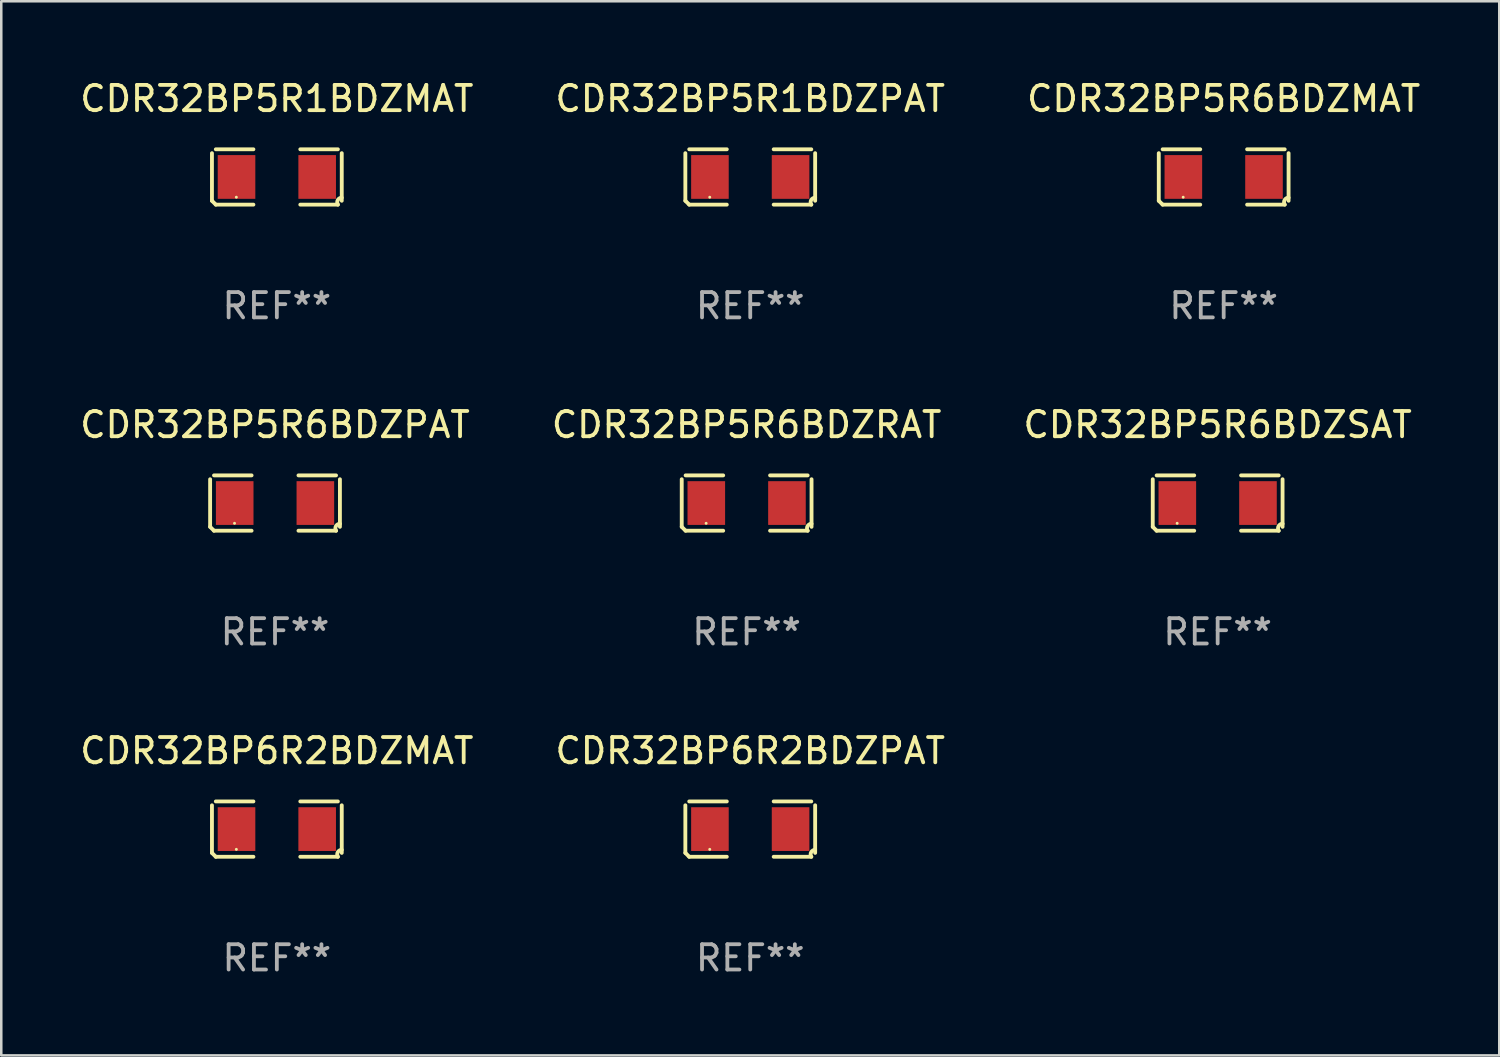
<source format=kicad_pcb>
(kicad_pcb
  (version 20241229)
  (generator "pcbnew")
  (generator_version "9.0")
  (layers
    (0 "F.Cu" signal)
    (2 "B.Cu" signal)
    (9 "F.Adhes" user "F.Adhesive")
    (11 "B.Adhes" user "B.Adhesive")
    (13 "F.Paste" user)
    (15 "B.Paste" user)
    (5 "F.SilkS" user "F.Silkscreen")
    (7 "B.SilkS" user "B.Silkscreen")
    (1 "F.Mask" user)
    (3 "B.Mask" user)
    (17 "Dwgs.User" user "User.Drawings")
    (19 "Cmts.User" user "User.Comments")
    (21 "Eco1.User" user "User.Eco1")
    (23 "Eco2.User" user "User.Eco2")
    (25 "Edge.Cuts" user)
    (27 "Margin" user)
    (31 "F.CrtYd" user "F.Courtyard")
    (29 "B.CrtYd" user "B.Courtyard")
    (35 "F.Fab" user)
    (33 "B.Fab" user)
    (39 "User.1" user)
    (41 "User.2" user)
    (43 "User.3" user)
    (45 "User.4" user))
  (footprint "CDR32BP5R6BDZPAT"
    (layer "F.Cu")
    (at 7.815 16.823)
    (property "Reference" "CDR32BP5R6BDZPAT" (at 0 -3.093 0) (layer "F.SilkS") (effects (font (size 1 1) (thickness 0.15))))
    (attr through_hole)
    (fp_line (start -2.564 0.94) (end -2.564 -0.94) (stroke (width 0.152) (type solid)) (layer "F.SilkS"))
    (fp_line (start -2.411 -1.093) (end -0.926 -1.093) (stroke (width 0.152) (type solid)) (layer "F.SilkS"))
    (fp_line (start -0.926 1.093) (end -2.411 1.093) (stroke (width 0.152) (type solid)) (layer "F.SilkS"))
    (fp_line (start 0.926 1.093) (end 2.411 1.093) (stroke (width 0.152) (type solid)) (layer "F.SilkS"))
    (fp_line (start 2.411 -1.093) (end 0.926 -1.093) (stroke (width 0.152) (type solid)) (layer "F.SilkS"))
    (fp_line (start 2.564 0.94) (end 2.564 -0.94) (stroke (width 0.152) (type solid)) (layer "F.SilkS"))
    (fp_arc (start -2.411201 1.092609) (mid -2.487413 1.01642) (end -2.563602 0.940208) (stroke (width 0.1524) (type solid)) (layer "F.SilkS"))
    (fp_arc (start 2.411201 1.092609) (mid 2.407159 0.911226) (end 2.563602 0.819347) (stroke (width 0.1524) (type solid)) (layer "F.SilkS"))
    (fp_circle (center -1.6 0.8) (end -1.57 0.8) (stroke (width 0.06) (type solid)) (fill no) (layer "F.SilkS"))
    (fp_text user "REF**" (at 0 5.093 0) (layer "F.Fab") (effects (font (size 1 1) (thickness 0.15))))
    (pad "1" smd rect (at -1.593 0) (size 1.485 1.728) (layers "F.Cu" "F.Mask" "F.Paste"))
    (pad "2" smd rect (at 1.593 0) (size 1.485 1.728) (layers "F.Cu" "F.Mask" "F.Paste")))
  (footprint "CDR32BP6R2BDZMAT"
    (layer "F.Cu")
    (at 7.887 29.704)
    (property "Reference" "CDR32BP6R2BDZMAT" (at 0 -3.093 0) (layer "F.SilkS") (effects (font (size 1 1) (thickness 0.15))))
    (attr through_hole)
    (fp_line (start -2.564 0.94) (end -2.564 -0.94) (stroke (width 0.152) (type solid)) (layer "F.SilkS"))
    (fp_line (start -2.411 -1.093) (end -0.926 -1.093) (stroke (width 0.152) (type solid)) (layer "F.SilkS"))
    (fp_line (start -0.926 1.093) (end -2.411 1.093) (stroke (width 0.152) (type solid)) (layer "F.SilkS"))
    (fp_line (start 0.926 1.093) (end 2.411 1.093) (stroke (width 0.152) (type solid)) (layer "F.SilkS"))
    (fp_line (start 2.411 -1.093) (end 0.926 -1.093) (stroke (width 0.152) (type solid)) (layer "F.SilkS"))
    (fp_line (start 2.564 0.94) (end 2.564 -0.94) (stroke (width 0.152) (type solid)) (layer "F.SilkS"))
    (fp_arc (start -2.411201 1.092609) (mid -2.487413 1.01642) (end -2.563602 0.940208) (stroke (width 0.1524) (type solid)) (layer "F.SilkS"))
    (fp_arc (start 2.411201 1.092609) (mid 2.407159 0.911226) (end 2.563602 0.819347) (stroke (width 0.1524) (type solid)) (layer "F.SilkS"))
    (fp_circle (center -1.6 0.8) (end -1.57 0.8) (stroke (width 0.06) (type solid)) (fill no) (layer "F.SilkS"))
    (fp_text user "REF**" (at 0 5.093 0) (layer "F.Fab") (effects (font (size 1 1) (thickness 0.15))))
    (pad "1" smd rect (at -1.593 0) (size 1.485 1.728) (layers "F.Cu" "F.Mask" "F.Paste"))
    (pad "2" smd rect (at 1.593 0) (size 1.485 1.728) (layers "F.Cu" "F.Mask" "F.Paste")))
  (footprint "CDR32BP5R1BDZMAT"
    (layer "F.Cu")
    (at 7.887 3.941)
    (property "Reference" "CDR32BP5R1BDZMAT" (at 0 -3.093 0) (layer "F.SilkS") (effects (font (size 1 1) (thickness 0.15))))
    (attr through_hole)
    (fp_line (start -2.564 0.94) (end -2.564 -0.94) (stroke (width 0.152) (type solid)) (layer "F.SilkS"))
    (fp_line (start -2.411 -1.093) (end -0.926 -1.093) (stroke (width 0.152) (type solid)) (layer "F.SilkS"))
    (fp_line (start -0.926 1.093) (end -2.411 1.093) (stroke (width 0.152) (type solid)) (layer "F.SilkS"))
    (fp_line (start 0.926 1.093) (end 2.411 1.093) (stroke (width 0.152) (type solid)) (layer "F.SilkS"))
    (fp_line (start 2.411 -1.093) (end 0.926 -1.093) (stroke (width 0.152) (type solid)) (layer "F.SilkS"))
    (fp_line (start 2.564 0.94) (end 2.564 -0.94) (stroke (width 0.152) (type solid)) (layer "F.SilkS"))
    (fp_arc (start -2.411201 1.092609) (mid -2.487413 1.01642) (end -2.563602 0.940208) (stroke (width 0.1524) (type solid)) (layer "F.SilkS"))
    (fp_arc (start 2.411201 1.092609) (mid 2.407159 0.911226) (end 2.563602 0.819347) (stroke (width 0.1524) (type solid)) (layer "F.SilkS"))
    (fp_circle (center -1.6 0.8) (end -1.57 0.8) (stroke (width 0.06) (type solid)) (fill no) (layer "F.SilkS"))
    (fp_text user "REF**" (at 0 5.093 0) (layer "F.Fab") (effects (font (size 1 1) (thickness 0.15))))
    (pad "1" smd rect (at -1.593 0) (size 1.485 1.728) (layers "F.Cu" "F.Mask" "F.Paste"))
    (pad "2" smd rect (at 1.593 0) (size 1.485 1.728) (layers "F.Cu" "F.Mask" "F.Paste")))
  (footprint "CDR32BP5R6BDZMAT"
    (layer "F.Cu")
    (at 45.292 3.941)
    (property "Reference" "CDR32BP5R6BDZMAT" (at 0 -3.093 0) (layer "F.SilkS") (effects (font (size 1 1) (thickness 0.15))))
    (attr through_hole)
    (fp_line (start -2.564 0.94) (end -2.564 -0.94) (stroke (width 0.152) (type solid)) (layer "F.SilkS"))
    (fp_line (start -2.411 -1.093) (end -0.926 -1.093) (stroke (width 0.152) (type solid)) (layer "F.SilkS"))
    (fp_line (start -0.926 1.093) (end -2.411 1.093) (stroke (width 0.152) (type solid)) (layer "F.SilkS"))
    (fp_line (start 0.926 1.093) (end 2.411 1.093) (stroke (width 0.152) (type solid)) (layer "F.SilkS"))
    (fp_line (start 2.411 -1.093) (end 0.926 -1.093) (stroke (width 0.152) (type solid)) (layer "F.SilkS"))
    (fp_line (start 2.564 0.94) (end 2.564 -0.94) (stroke (width 0.152) (type solid)) (layer "F.SilkS"))
    (fp_arc (start -2.411201 1.092609) (mid -2.487413 1.01642) (end -2.563602 0.940208) (stroke (width 0.1524) (type solid)) (layer "F.SilkS"))
    (fp_arc (start 2.411201 1.092609) (mid 2.407159 0.911226) (end 2.563602 0.819347) (stroke (width 0.1524) (type solid)) (layer "F.SilkS"))
    (fp_circle (center -1.6 0.8) (end -1.57 0.8) (stroke (width 0.06) (type solid)) (fill no) (layer "F.SilkS"))
    (fp_text user "REF**" (at 0 5.093 0) (layer "F.Fab") (effects (font (size 1 1) (thickness 0.15))))
    (pad "1" smd rect (at -1.593 0) (size 1.485 1.728) (layers "F.Cu" "F.Mask" "F.Paste"))
    (pad "2" smd rect (at 1.593 0) (size 1.485 1.728) (layers "F.Cu" "F.Mask" "F.Paste")))
  (footprint "CDR32BP6R2BDZPAT"
    (layer "F.Cu")
    (at 26.589 29.704)
    (property "Reference" "CDR32BP6R2BDZPAT" (at 0 -3.093 0) (layer "F.SilkS") (effects (font (size 1 1) (thickness 0.15))))
    (attr through_hole)
    (fp_line (start -2.564 0.94) (end -2.564 -0.94) (stroke (width 0.152) (type solid)) (layer "F.SilkS"))
    (fp_line (start -2.411 -1.093) (end -0.926 -1.093) (stroke (width 0.152) (type solid)) (layer "F.SilkS"))
    (fp_line (start -0.926 1.093) (end -2.411 1.093) (stroke (width 0.152) (type solid)) (layer "F.SilkS"))
    (fp_line (start 0.926 1.093) (end 2.411 1.093) (stroke (width 0.152) (type solid)) (layer "F.SilkS"))
    (fp_line (start 2.411 -1.093) (end 0.926 -1.093) (stroke (width 0.152) (type solid)) (layer "F.SilkS"))
    (fp_line (start 2.564 0.94) (end 2.564 -0.94) (stroke (width 0.152) (type solid)) (layer "F.SilkS"))
    (fp_arc (start -2.411201 1.092609) (mid -2.487413 1.01642) (end -2.563602 0.940208) (stroke (width 0.1524) (type solid)) (layer "F.SilkS"))
    (fp_arc (start 2.411201 1.092609) (mid 2.407159 0.911226) (end 2.563602 0.819347) (stroke (width 0.1524) (type solid)) (layer "F.SilkS"))
    (fp_circle (center -1.6 0.8) (end -1.57 0.8) (stroke (width 0.06) (type solid)) (fill no) (layer "F.SilkS"))
    (fp_text user "REF**" (at 0 5.093 0) (layer "F.Fab") (effects (font (size 1 1) (thickness 0.15))))
    (pad "1" smd rect (at -1.593 0) (size 1.485 1.728) (layers "F.Cu" "F.Mask" "F.Paste"))
    (pad "2" smd rect (at 1.593 0) (size 1.485 1.728) (layers "F.Cu" "F.Mask" "F.Paste")))
  (footprint "CDR32BP5R6BDZRAT"
    (layer "F.Cu")
    (at 26.446 16.823)
    (property "Reference" "CDR32BP5R6BDZRAT" (at 0 -3.093 0) (layer "F.SilkS") (effects (font (size 1 1) (thickness 0.15))))
    (attr through_hole)
    (fp_line (start -2.564 0.94) (end -2.564 -0.94) (stroke (width 0.152) (type solid)) (layer "F.SilkS"))
    (fp_line (start -2.411 -1.093) (end -0.926 -1.093) (stroke (width 0.152) (type solid)) (layer "F.SilkS"))
    (fp_line (start -0.926 1.093) (end -2.411 1.093) (stroke (width 0.152) (type solid)) (layer "F.SilkS"))
    (fp_line (start 0.926 1.093) (end 2.411 1.093) (stroke (width 0.152) (type solid)) (layer "F.SilkS"))
    (fp_line (start 2.411 -1.093) (end 0.926 -1.093) (stroke (width 0.152) (type solid)) (layer "F.SilkS"))
    (fp_line (start 2.564 0.94) (end 2.564 -0.94) (stroke (width 0.152) (type solid)) (layer "F.SilkS"))
    (fp_arc (start -2.411201 1.092609) (mid -2.487413 1.01642) (end -2.563602 0.940208) (stroke (width 0.1524) (type solid)) (layer "F.SilkS"))
    (fp_arc (start 2.411201 1.092609) (mid 2.407159 0.911226) (end 2.563602 0.819347) (stroke (width 0.1524) (type solid)) (layer "F.SilkS"))
    (fp_circle (center -1.6 0.8) (end -1.57 0.8) (stroke (width 0.06) (type solid)) (fill no) (layer "F.SilkS"))
    (fp_text user "REF**" (at 0 5.093 0) (layer "F.Fab") (effects (font (size 1 1) (thickness 0.15))))
    (pad "1" smd rect (at -1.593 0) (size 1.485 1.728) (layers "F.Cu" "F.Mask" "F.Paste"))
    (pad "2" smd rect (at 1.593 0) (size 1.485 1.728) (layers "F.Cu" "F.Mask" "F.Paste")))
  (footprint "CDR32BP5R1BDZPAT"
    (layer "F.Cu")
    (at 26.589 3.941)
    (property "Reference" "CDR32BP5R1BDZPAT" (at 0 -3.093 0) (layer "F.SilkS") (effects (font (size 1 1) (thickness 0.15))))
    (attr through_hole)
    (fp_line (start -2.564 0.94) (end -2.564 -0.94) (stroke (width 0.152) (type solid)) (layer "F.SilkS"))
    (fp_line (start -2.411 -1.093) (end -0.926 -1.093) (stroke (width 0.152) (type solid)) (layer "F.SilkS"))
    (fp_line (start -0.926 1.093) (end -2.411 1.093) (stroke (width 0.152) (type solid)) (layer "F.SilkS"))
    (fp_line (start 0.926 1.093) (end 2.411 1.093) (stroke (width 0.152) (type solid)) (layer "F.SilkS"))
    (fp_line (start 2.411 -1.093) (end 0.926 -1.093) (stroke (width 0.152) (type solid)) (layer "F.SilkS"))
    (fp_line (start 2.564 0.94) (end 2.564 -0.94) (stroke (width 0.152) (type solid)) (layer "F.SilkS"))
    (fp_arc (start -2.411201 1.092609) (mid -2.487413 1.01642) (end -2.563602 0.940208) (stroke (width 0.1524) (type solid)) (layer "F.SilkS"))
    (fp_arc (start 2.411201 1.092609) (mid 2.407159 0.911226) (end 2.563602 0.819347) (stroke (width 0.1524) (type solid)) (layer "F.SilkS"))
    (fp_circle (center -1.6 0.8) (end -1.57 0.8) (stroke (width 0.06) (type solid)) (fill no) (layer "F.SilkS"))
    (fp_text user "REF**" (at 0 5.093 0) (layer "F.Fab") (effects (font (size 1 1) (thickness 0.15))))
    (pad "1" smd rect (at -1.593 0) (size 1.485 1.728) (layers "F.Cu" "F.Mask" "F.Paste"))
    (pad "2" smd rect (at 1.593 0) (size 1.485 1.728) (layers "F.Cu" "F.Mask" "F.Paste")))
  (footprint "CDR32BP5R6BDZSAT"
    (layer "F.Cu")
    (at 45.054 16.823)
    (property "Reference" "CDR32BP5R6BDZSAT" (at 0 -3.093 0) (layer "F.SilkS") (effects (font (size 1 1) (thickness 0.15))))
    (attr through_hole)
    (fp_line (start -2.564 0.94) (end -2.564 -0.94) (stroke (width 0.152) (type solid)) (layer "F.SilkS"))
    (fp_line (start -2.411 -1.093) (end -0.926 -1.093) (stroke (width 0.152) (type solid)) (layer "F.SilkS"))
    (fp_line (start -0.926 1.093) (end -2.411 1.093) (stroke (width 0.152) (type solid)) (layer "F.SilkS"))
    (fp_line (start 0.926 1.093) (end 2.411 1.093) (stroke (width 0.152) (type solid)) (layer "F.SilkS"))
    (fp_line (start 2.411 -1.093) (end 0.926 -1.093) (stroke (width 0.152) (type solid)) (layer "F.SilkS"))
    (fp_line (start 2.564 0.94) (end 2.564 -0.94) (stroke (width 0.152) (type solid)) (layer "F.SilkS"))
    (fp_arc (start -2.411201 1.092609) (mid -2.487413 1.01642) (end -2.563602 0.940208) (stroke (width 0.1524) (type solid)) (layer "F.SilkS"))
    (fp_arc (start 2.411201 1.092609) (mid 2.407159 0.911226) (end 2.563602 0.819347) (stroke (width 0.1524) (type solid)) (layer "F.SilkS"))
    (fp_circle (center -1.6 0.8) (end -1.57 0.8) (stroke (width 0.06) (type solid)) (fill no) (layer "F.SilkS"))
    (fp_text user "REF**" (at 0 5.093 0) (layer "F.Fab") (effects (font (size 1 1) (thickness 0.15))))
    (pad "1" smd rect (at -1.593 0) (size 1.485 1.728) (layers "F.Cu" "F.Mask" "F.Paste"))
    (pad "2" smd rect (at 1.593 0) (size 1.485 1.728) (layers "F.Cu" "F.Mask" "F.Paste")))
  (gr_rect
    (start -3 -3)
    (end 56.179 38.645)
    (stroke (width 0.1) (type default))
    (fill no)
    (layer "Edge.Cuts")))
</source>
